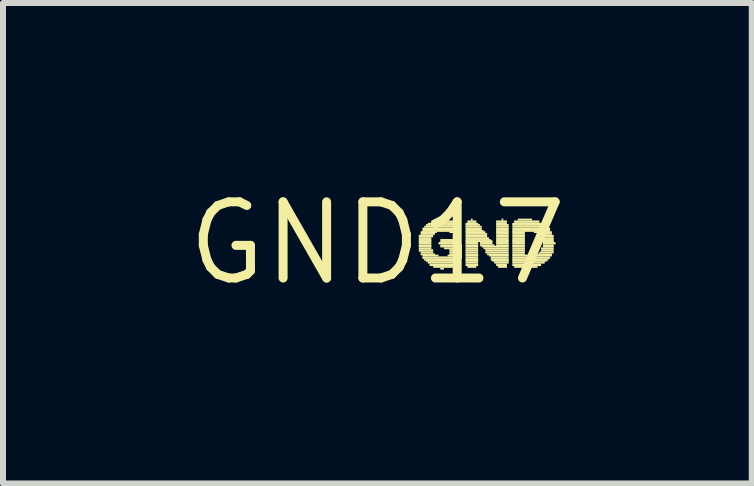
<source format=kicad_pcb>
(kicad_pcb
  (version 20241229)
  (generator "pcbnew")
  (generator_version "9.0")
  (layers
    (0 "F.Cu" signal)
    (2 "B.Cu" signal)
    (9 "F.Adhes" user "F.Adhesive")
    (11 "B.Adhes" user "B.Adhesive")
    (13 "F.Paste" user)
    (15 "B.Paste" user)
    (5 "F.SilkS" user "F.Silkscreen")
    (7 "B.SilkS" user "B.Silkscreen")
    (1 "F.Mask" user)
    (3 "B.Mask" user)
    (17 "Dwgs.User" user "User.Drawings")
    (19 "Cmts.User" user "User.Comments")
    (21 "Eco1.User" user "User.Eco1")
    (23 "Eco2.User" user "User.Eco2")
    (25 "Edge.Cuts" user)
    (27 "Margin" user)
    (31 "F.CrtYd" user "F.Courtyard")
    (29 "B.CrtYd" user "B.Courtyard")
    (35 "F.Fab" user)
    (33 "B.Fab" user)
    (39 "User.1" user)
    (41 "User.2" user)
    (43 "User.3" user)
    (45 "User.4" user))
  (footprint "GND17"
    (layer "F.Cu")
    (at 3.243 1.006)
    (property "Reference" "GND17" (at 0 0 0) (layer "F.SilkS") (effects (font (size 1.27 1.27) (thickness 0.15))))
    (fp_poly (pts (xy 0.69 -0.1) (xy 0.93 -0.1) (xy 0.93 -0.14) (xy 0.69 -0.14)) (stroke (width 0) (type solid)) (fill yes) (layer "F.SilkS"))
    (fp_poly (pts (xy 0.69 -0.07) (xy 0.9 -0.07) (xy 0.9 -0.1) (xy 0.69 -0.1)) (stroke (width 0) (type solid)) (fill yes) (layer "F.SilkS"))
    (fp_poly (pts (xy 0.69 -0.04) (xy 0.9 -0.04) (xy 0.9 -0.07) (xy 0.69 -0.07)) (stroke (width 0) (type solid)) (fill yes) (layer "F.SilkS"))
    (fp_poly (pts (xy 0.69 -0.02) (xy 0.9 -0.02) (xy 0.9 -0.05) (xy 0.69 -0.05)) (stroke (width 0) (type solid)) (fill yes) (layer "F.SilkS"))
    (fp_poly (pts (xy 0.69 0.02) (xy 0.9 0.02) (xy 0.9 -0.02) (xy 0.69 -0.02)) (stroke (width 0) (type solid)) (fill yes) (layer "F.SilkS"))
    (fp_poly (pts (xy 0.69 0.05) (xy 0.9 0.05) (xy 0.9 0.02) (xy 0.69 0.02)) (stroke (width 0) (type solid)) (fill yes) (layer "F.SilkS"))
    (fp_poly (pts (xy 0.69 0.07) (xy 0.9 0.07) (xy 0.9 0.04) (xy 0.69 0.04)) (stroke (width 0) (type solid)) (fill yes) (layer "F.SilkS"))
    (fp_poly (pts (xy 0.69 0.1) (xy 0.9 0.1) (xy 0.9 0.07) (xy 0.69 0.07)) (stroke (width 0) (type solid)) (fill yes) (layer "F.SilkS"))
    (fp_poly (pts (xy 0.69 0.14) (xy 0.93 0.14) (xy 0.93 0.1) (xy 0.69 0.1)) (stroke (width 0) (type solid)) (fill yes) (layer "F.SilkS"))
    (fp_poly (pts (xy 0.72 -0.17) (xy 0.99 -0.17) (xy 0.99 -0.2) (xy 0.72 -0.2)) (stroke (width 0) (type solid)) (fill yes) (layer "F.SilkS"))
    (fp_poly (pts (xy 0.72 -0.14) (xy 0.96 -0.14) (xy 0.96 -0.17) (xy 0.72 -0.17)) (stroke (width 0) (type solid)) (fill yes) (layer "F.SilkS"))
    (fp_poly (pts (xy 0.72 0.17) (xy 0.93 0.17) (xy 0.93 0.14) (xy 0.72 0.14)) (stroke (width 0) (type solid)) (fill yes) (layer "F.SilkS"))
    (fp_poly (pts (xy 0.72 0.2) (xy 0.96 0.2) (xy 0.96 0.17) (xy 0.72 0.17)) (stroke (width 0) (type solid)) (fill yes) (layer "F.SilkS"))
    (fp_poly (pts (xy 0.75 -0.22) (xy 1.35 -0.22) (xy 1.35 -0.26) (xy 0.75 -0.26)) (stroke (width 0) (type solid)) (fill yes) (layer "F.SilkS"))
    (fp_poly (pts (xy 0.75 -0.19) (xy 1.35 -0.19) (xy 1.35 -0.22) (xy 0.75 -0.22)) (stroke (width 0) (type solid)) (fill yes) (layer "F.SilkS"))
    (fp_poly (pts (xy 0.75 0.22) (xy 1.02 0.22) (xy 1.02 0.19) (xy 0.75 0.19)) (stroke (width 0) (type solid)) (fill yes) (layer "F.SilkS"))
    (fp_poly (pts (xy 0.75 0.26) (xy 1.41 0.26) (xy 1.41 0.22) (xy 0.75 0.22)) (stroke (width 0) (type solid)) (fill yes) (layer "F.SilkS"))
    (fp_poly (pts (xy 0.78 -0.26) (xy 1.38 -0.26) (xy 1.38 -0.29) (xy 0.78 -0.29)) (stroke (width 0) (type solid)) (fill yes) (layer "F.SilkS"))
    (fp_poly (pts (xy 0.78 0.29) (xy 1.38 0.29) (xy 1.38 0.26) (xy 0.78 0.26)) (stroke (width 0) (type solid)) (fill yes) (layer "F.SilkS"))
    (fp_poly (pts (xy 0.81 -0.29) (xy 1.35 -0.29) (xy 1.35 -0.32) (xy 0.81 -0.32)) (stroke (width 0) (type solid)) (fill yes) (layer "F.SilkS"))
    (fp_poly (pts (xy 0.81 0.31) (xy 1.38 0.31) (xy 1.38 0.28) (xy 0.81 0.28)) (stroke (width 0) (type solid)) (fill yes) (layer "F.SilkS"))
    (fp_poly (pts (xy 0.84 -0.31) (xy 1.32 -0.31) (xy 1.32 -0.34) (xy 0.84 -0.34)) (stroke (width 0) (type solid)) (fill yes) (layer "F.SilkS"))
    (fp_poly (pts (xy 0.84 0.34) (xy 1.35 0.34) (xy 1.35 0.31) (xy 0.84 0.31)) (stroke (width 0) (type solid)) (fill yes) (layer "F.SilkS"))
    (fp_poly (pts (xy 0.87 0.38) (xy 1.32 0.38) (xy 1.32 0.34) (xy 0.87 0.34)) (stroke (width 0) (type solid)) (fill yes) (layer "F.SilkS"))
    (fp_poly (pts (xy 0.9 -0.34) (xy 1.26 -0.34) (xy 1.26 -0.38) (xy 0.9 -0.38)) (stroke (width 0) (type solid)) (fill yes) (layer "F.SilkS"))
    (fp_poly (pts (xy 0.93 0.41) (xy 1.26 0.41) (xy 1.26 0.38) (xy 0.93 0.38)) (stroke (width 0) (type solid)) (fill yes) (layer "F.SilkS"))
    (fp_poly (pts (xy 0.99 -0.38) (xy 1.2 -0.38) (xy 1.2 -0.41) (xy 0.99 -0.41)) (stroke (width 0) (type solid)) (fill yes) (layer "F.SilkS"))
    (fp_poly (pts (xy 1.02 0.02) (xy 1.38 0.02) (xy 1.38 -0.02) (xy 1.02 -0.02)) (stroke (width 0) (type solid)) (fill yes) (layer "F.SilkS"))
    (fp_poly (pts (xy 1.05 -0.04) (xy 1.38 -0.04) (xy 1.38 -0.07) (xy 1.05 -0.07)) (stroke (width 0) (type solid)) (fill yes) (layer "F.SilkS"))
    (fp_poly (pts (xy 1.05 -0.02) (xy 1.38 -0.02) (xy 1.38 -0.05) (xy 1.05 -0.05)) (stroke (width 0) (type solid)) (fill yes) (layer "F.SilkS"))
    (fp_poly (pts (xy 1.05 0.05) (xy 1.41 0.05) (xy 1.41 0.02) (xy 1.05 0.02)) (stroke (width 0) (type solid)) (fill yes) (layer "F.SilkS"))
    (fp_poly (pts (xy 1.05 0.07) (xy 1.41 0.07) (xy 1.41 0.04) (xy 1.05 0.04)) (stroke (width 0) (type solid)) (fill yes) (layer "F.SilkS"))
    (fp_poly (pts (xy 1.05 0.44) (xy 1.11 0.44) (xy 1.11 0.41) (xy 1.05 0.41)) (stroke (width 0) (type solid)) (fill yes) (layer "F.SilkS"))
    (fp_poly (pts (xy 1.11 0.1) (xy 1.41 0.1) (xy 1.41 0.07) (xy 1.11 0.07)) (stroke (width 0) (type solid)) (fill yes) (layer "F.SilkS"))
    (fp_poly (pts (xy 1.17 0.22) (xy 1.41 0.22) (xy 1.41 0.19) (xy 1.17 0.19)) (stroke (width 0) (type solid)) (fill yes) (layer "F.SilkS"))
    (fp_poly (pts (xy 1.2 -0.17) (xy 1.32 -0.17) (xy 1.32 -0.2) (xy 1.2 -0.2)) (stroke (width 0) (type solid)) (fill yes) (layer "F.SilkS"))
    (fp_poly (pts (xy 1.2 0.14) (xy 1.41 0.14) (xy 1.41 0.1) (xy 1.2 0.1)) (stroke (width 0) (type solid)) (fill yes) (layer "F.SilkS"))
    (fp_poly (pts (xy 1.2 0.17) (xy 1.41 0.17) (xy 1.41 0.14) (xy 1.2 0.14)) (stroke (width 0) (type solid)) (fill yes) (layer "F.SilkS"))
    (fp_poly (pts (xy 1.2 0.2) (xy 1.41 0.2) (xy 1.41 0.17) (xy 1.2 0.17)) (stroke (width 0) (type solid)) (fill yes) (layer "F.SilkS"))
    (fp_poly (pts (xy 1.26 -0.14) (xy 1.29 -0.14) (xy 1.29 -0.17) (xy 1.26 -0.17)) (stroke (width 0) (type solid)) (fill yes) (layer "F.SilkS"))
    (fp_poly (pts (xy 1.47 -0.31) (xy 1.68 -0.31) (xy 1.68 -0.34) (xy 1.47 -0.34)) (stroke (width 0) (type solid)) (fill yes) (layer "F.SilkS"))
    (fp_poly (pts (xy 1.47 -0.29) (xy 1.71 -0.29) (xy 1.71 -0.32) (xy 1.47 -0.32)) (stroke (width 0) (type solid)) (fill yes) (layer "F.SilkS"))
    (fp_poly (pts (xy 1.47 -0.26) (xy 1.74 -0.26) (xy 1.74 -0.29) (xy 1.47 -0.29)) (stroke (width 0) (type solid)) (fill yes) (layer "F.SilkS"))
    (fp_poly (pts (xy 1.47 -0.22) (xy 1.74 -0.22) (xy 1.74 -0.26) (xy 1.47 -0.26)) (stroke (width 0) (type solid)) (fill yes) (layer "F.SilkS"))
    (fp_poly (pts (xy 1.47 -0.19) (xy 1.77 -0.19) (xy 1.77 -0.22) (xy 1.47 -0.22)) (stroke (width 0) (type solid)) (fill yes) (layer "F.SilkS"))
    (fp_poly (pts (xy 1.47 -0.17) (xy 1.8 -0.17) (xy 1.8 -0.2) (xy 1.47 -0.2)) (stroke (width 0) (type solid)) (fill yes) (layer "F.SilkS"))
    (fp_poly (pts (xy 1.47 -0.14) (xy 1.83 -0.14) (xy 1.83 -0.17) (xy 1.47 -0.17)) (stroke (width 0) (type solid)) (fill yes) (layer "F.SilkS"))
    (fp_poly (pts (xy 1.47 -0.1) (xy 1.83 -0.1) (xy 1.83 -0.14) (xy 1.47 -0.14)) (stroke (width 0) (type solid)) (fill yes) (layer "F.SilkS"))
    (fp_poly (pts (xy 1.47 -0.07) (xy 1.86 -0.07) (xy 1.86 -0.1) (xy 1.47 -0.1)) (stroke (width 0) (type solid)) (fill yes) (layer "F.SilkS"))
    (fp_poly (pts (xy 1.47 -0.04) (xy 1.89 -0.04) (xy 1.89 -0.07) (xy 1.47 -0.07)) (stroke (width 0) (type solid)) (fill yes) (layer "F.SilkS"))
    (fp_poly (pts (xy 1.47 -0.02) (xy 1.92 -0.02) (xy 1.92 -0.05) (xy 1.47 -0.05)) (stroke (width 0) (type solid)) (fill yes) (layer "F.SilkS"))
    (fp_poly (pts (xy 1.47 0.02) (xy 1.68 0.02) (xy 1.68 -0.02) (xy 1.47 -0.02)) (stroke (width 0) (type solid)) (fill yes) (layer "F.SilkS"))
    (fp_poly (pts (xy 1.47 0.05) (xy 1.68 0.05) (xy 1.68 0.02) (xy 1.47 0.02)) (stroke (width 0) (type solid)) (fill yes) (layer "F.SilkS"))
    (fp_poly (pts (xy 1.47 0.07) (xy 1.68 0.07) (xy 1.68 0.04) (xy 1.47 0.04)) (stroke (width 0) (type solid)) (fill yes) (layer "F.SilkS"))
    (fp_poly (pts (xy 1.47 0.1) (xy 1.68 0.1) (xy 1.68 0.07) (xy 1.47 0.07)) (stroke (width 0) (type solid)) (fill yes) (layer "F.SilkS"))
    (fp_poly (pts (xy 1.47 0.14) (xy 1.68 0.14) (xy 1.68 0.1) (xy 1.47 0.1)) (stroke (width 0) (type solid)) (fill yes) (layer "F.SilkS"))
    (fp_poly (pts (xy 1.47 0.17) (xy 1.68 0.17) (xy 1.68 0.14) (xy 1.47 0.14)) (stroke (width 0) (type solid)) (fill yes) (layer "F.SilkS"))
    (fp_poly (pts (xy 1.47 0.2) (xy 1.68 0.2) (xy 1.68 0.17) (xy 1.47 0.17)) (stroke (width 0) (type solid)) (fill yes) (layer "F.SilkS"))
    (fp_poly (pts (xy 1.47 0.22) (xy 1.68 0.22) (xy 1.68 0.19) (xy 1.47 0.19)) (stroke (width 0) (type solid)) (fill yes) (layer "F.SilkS"))
    (fp_poly (pts (xy 1.47 0.26) (xy 1.68 0.26) (xy 1.68 0.22) (xy 1.47 0.22)) (stroke (width 0) (type solid)) (fill yes) (layer "F.SilkS"))
    (fp_poly (pts (xy 1.47 0.29) (xy 1.68 0.29) (xy 1.68 0.26) (xy 1.47 0.26)) (stroke (width 0) (type solid)) (fill yes) (layer "F.SilkS"))
    (fp_poly (pts (xy 1.47 0.31) (xy 1.68 0.31) (xy 1.68 0.28) (xy 1.47 0.28)) (stroke (width 0) (type solid)) (fill yes) (layer "F.SilkS"))
    (fp_poly (pts (xy 1.47 0.34) (xy 1.68 0.34) (xy 1.68 0.31) (xy 1.47 0.31)) (stroke (width 0) (type solid)) (fill yes) (layer "F.SilkS"))
    (fp_poly (pts (xy 1.47 0.38) (xy 1.68 0.38) (xy 1.68 0.34) (xy 1.47 0.34)) (stroke (width 0) (type solid)) (fill yes) (layer "F.SilkS"))
    (fp_poly (pts (xy 1.5 -0.34) (xy 1.65 -0.34) (xy 1.65 -0.38) (xy 1.5 -0.38)) (stroke (width 0) (type solid)) (fill yes) (layer "F.SilkS"))
    (fp_poly (pts (xy 1.5 0.41) (xy 1.65 0.41) (xy 1.65 0.38) (xy 1.5 0.38)) (stroke (width 0) (type solid)) (fill yes) (layer "F.SilkS"))
    (fp_poly (pts (xy 1.56 -0.38) (xy 1.59 -0.38) (xy 1.59 -0.41) (xy 1.56 -0.41)) (stroke (width 0) (type solid)) (fill yes) (layer "F.SilkS"))
    (fp_poly (pts (xy 1.71 0.02) (xy 1.92 0.02) (xy 1.92 -0.02) (xy 1.71 -0.02)) (stroke (width 0) (type solid)) (fill yes) (layer "F.SilkS"))
    (fp_poly (pts (xy 1.71 0.05) (xy 1.95 0.05) (xy 1.95 0.02) (xy 1.71 0.02)) (stroke (width 0) (type solid)) (fill yes) (layer "F.SilkS"))
    (fp_poly (pts (xy 1.74 0.07) (xy 2.19 0.07) (xy 2.19 0.04) (xy 1.74 0.04)) (stroke (width 0) (type solid)) (fill yes) (layer "F.SilkS"))
    (fp_poly (pts (xy 1.77 0.1) (xy 2.19 0.1) (xy 2.19 0.07) (xy 1.77 0.07)) (stroke (width 0) (type solid)) (fill yes) (layer "F.SilkS"))
    (fp_poly (pts (xy 1.8 0.14) (xy 2.19 0.14) (xy 2.19 0.1) (xy 1.8 0.1)) (stroke (width 0) (type solid)) (fill yes) (layer "F.SilkS"))
    (fp_poly (pts (xy 1.8 0.17) (xy 2.19 0.17) (xy 2.19 0.14) (xy 1.8 0.14)) (stroke (width 0) (type solid)) (fill yes) (layer "F.SilkS"))
    (fp_poly (pts (xy 1.83 0.2) (xy 2.19 0.2) (xy 2.19 0.17) (xy 1.83 0.17)) (stroke (width 0) (type solid)) (fill yes) (layer "F.SilkS"))
    (fp_poly (pts (xy 1.86 0.22) (xy 2.19 0.22) (xy 2.19 0.19) (xy 1.86 0.19)) (stroke (width 0) (type solid)) (fill yes) (layer "F.SilkS"))
    (fp_poly (pts (xy 1.89 0.26) (xy 2.19 0.26) (xy 2.19 0.22) (xy 1.89 0.22)) (stroke (width 0) (type solid)) (fill yes) (layer "F.SilkS"))
    (fp_poly (pts (xy 1.89 0.29) (xy 2.19 0.29) (xy 2.19 0.26) (xy 1.89 0.26)) (stroke (width 0) (type solid)) (fill yes) (layer "F.SilkS"))
    (fp_poly (pts (xy 1.92 0.31) (xy 2.19 0.31) (xy 2.19 0.28) (xy 1.92 0.28)) (stroke (width 0) (type solid)) (fill yes) (layer "F.SilkS"))
    (fp_poly (pts (xy 1.95 0.34) (xy 2.19 0.34) (xy 2.19 0.31) (xy 1.95 0.31)) (stroke (width 0) (type solid)) (fill yes) (layer "F.SilkS"))
    (fp_poly (pts (xy 1.98 -0.34) (xy 2.16 -0.34) (xy 2.16 -0.38) (xy 1.98 -0.38)) (stroke (width 0) (type solid)) (fill yes) (layer "F.SilkS"))
    (fp_poly (pts (xy 1.98 -0.31) (xy 2.16 -0.31) (xy 2.16 -0.34) (xy 1.98 -0.34)) (stroke (width 0) (type solid)) (fill yes) (layer "F.SilkS"))
    (fp_poly (pts (xy 1.98 -0.29) (xy 2.19 -0.29) (xy 2.19 -0.32) (xy 1.98 -0.32)) (stroke (width 0) (type solid)) (fill yes) (layer "F.SilkS"))
    (fp_poly (pts (xy 1.98 -0.26) (xy 2.19 -0.26) (xy 2.19 -0.29) (xy 1.98 -0.29)) (stroke (width 0) (type solid)) (fill yes) (layer "F.SilkS"))
    (fp_poly (pts (xy 1.98 -0.22) (xy 2.19 -0.22) (xy 2.19 -0.26) (xy 1.98 -0.26)) (stroke (width 0) (type solid)) (fill yes) (layer "F.SilkS"))
    (fp_poly (pts (xy 1.98 -0.19) (xy 2.19 -0.19) (xy 2.19 -0.22) (xy 1.98 -0.22)) (stroke (width 0) (type solid)) (fill yes) (layer "F.SilkS"))
    (fp_poly (pts (xy 1.98 -0.17) (xy 2.19 -0.17) (xy 2.19 -0.2) (xy 1.98 -0.2)) (stroke (width 0) (type solid)) (fill yes) (layer "F.SilkS"))
    (fp_poly (pts (xy 1.98 -0.14) (xy 2.19 -0.14) (xy 2.19 -0.17) (xy 1.98 -0.17)) (stroke (width 0) (type solid)) (fill yes) (layer "F.SilkS"))
    (fp_poly (pts (xy 1.98 -0.1) (xy 2.19 -0.1) (xy 2.19 -0.14) (xy 1.98 -0.14)) (stroke (width 0) (type solid)) (fill yes) (layer "F.SilkS"))
    (fp_poly (pts (xy 1.98 -0.07) (xy 2.19 -0.07) (xy 2.19 -0.1) (xy 1.98 -0.1)) (stroke (width 0) (type solid)) (fill yes) (layer "F.SilkS"))
    (fp_poly (pts (xy 1.98 -0.04) (xy 2.19 -0.04) (xy 2.19 -0.07) (xy 1.98 -0.07)) (stroke (width 0) (type solid)) (fill yes) (layer "F.SilkS"))
    (fp_poly (pts (xy 1.98 -0.02) (xy 2.19 -0.02) (xy 2.19 -0.05) (xy 1.98 -0.05)) (stroke (width 0) (type solid)) (fill yes) (layer "F.SilkS"))
    (fp_poly (pts (xy 1.98 0.02) (xy 2.19 0.02) (xy 2.19 -0.02) (xy 1.98 -0.02)) (stroke (width 0) (type solid)) (fill yes) (layer "F.SilkS"))
    (fp_poly (pts (xy 1.98 0.05) (xy 2.19 0.05) (xy 2.19 0.02) (xy 1.98 0.02)) (stroke (width 0) (type solid)) (fill yes) (layer "F.SilkS"))
    (fp_poly (pts (xy 1.98 0.38) (xy 2.16 0.38) (xy 2.16 0.34) (xy 1.98 0.34)) (stroke (width 0) (type solid)) (fill yes) (layer "F.SilkS"))
    (fp_poly (pts (xy 2.01 0.41) (xy 2.16 0.41) (xy 2.16 0.38) (xy 2.01 0.38)) (stroke (width 0) (type solid)) (fill yes) (layer "F.SilkS"))
    (fp_poly (pts (xy 2.07 -0.38) (xy 2.1 -0.38) (xy 2.1 -0.41) (xy 2.07 -0.41)) (stroke (width 0) (type solid)) (fill yes) (layer "F.SilkS"))
    (fp_poly (pts (xy 2.25 -0.31) (xy 2.76 -0.31) (xy 2.76 -0.34) (xy 2.25 -0.34)) (stroke (width 0) (type solid)) (fill yes) (layer "F.SilkS"))
    (fp_poly (pts (xy 2.25 -0.29) (xy 2.82 -0.29) (xy 2.82 -0.32) (xy 2.25 -0.32)) (stroke (width 0) (type solid)) (fill yes) (layer "F.SilkS"))
    (fp_poly (pts (xy 2.25 -0.26) (xy 2.85 -0.26) (xy 2.85 -0.29) (xy 2.25 -0.29)) (stroke (width 0) (type solid)) (fill yes) (layer "F.SilkS"))
    (fp_poly (pts (xy 2.25 -0.22) (xy 2.88 -0.22) (xy 2.88 -0.26) (xy 2.25 -0.26)) (stroke (width 0) (type solid)) (fill yes) (layer "F.SilkS"))
    (fp_poly (pts (xy 2.25 -0.19) (xy 2.88 -0.19) (xy 2.88 -0.22) (xy 2.25 -0.22)) (stroke (width 0) (type solid)) (fill yes) (layer "F.SilkS"))
    (fp_poly (pts (xy 2.25 -0.17) (xy 2.46 -0.17) (xy 2.46 -0.2) (xy 2.25 -0.2)) (stroke (width 0) (type solid)) (fill yes) (layer "F.SilkS"))
    (fp_poly (pts (xy 2.25 -0.14) (xy 2.46 -0.14) (xy 2.46 -0.17) (xy 2.25 -0.17)) (stroke (width 0) (type solid)) (fill yes) (layer "F.SilkS"))
    (fp_poly (pts (xy 2.25 -0.1) (xy 2.46 -0.1) (xy 2.46 -0.14) (xy 2.25 -0.14)) (stroke (width 0) (type solid)) (fill yes) (layer "F.SilkS"))
    (fp_poly (pts (xy 2.25 -0.07) (xy 2.46 -0.07) (xy 2.46 -0.1) (xy 2.25 -0.1)) (stroke (width 0) (type solid)) (fill yes) (layer "F.SilkS"))
    (fp_poly (pts (xy 2.25 -0.04) (xy 2.46 -0.04) (xy 2.46 -0.07) (xy 2.25 -0.07)) (stroke (width 0) (type solid)) (fill yes) (layer "F.SilkS"))
    (fp_poly (pts (xy 2.25 -0.02) (xy 2.46 -0.02) (xy 2.46 -0.05) (xy 2.25 -0.05)) (stroke (width 0) (type solid)) (fill yes) (layer "F.SilkS"))
    (fp_poly (pts (xy 2.25 0.02) (xy 2.46 0.02) (xy 2.46 -0.02) (xy 2.25 -0.02)) (stroke (width 0) (type solid)) (fill yes) (layer "F.SilkS"))
    (fp_poly (pts (xy 2.25 0.05) (xy 2.46 0.05) (xy 2.46 0.02) (xy 2.25 0.02)) (stroke (width 0) (type solid)) (fill yes) (layer "F.SilkS"))
    (fp_poly (pts (xy 2.25 0.07) (xy 2.46 0.07) (xy 2.46 0.04) (xy 2.25 0.04)) (stroke (width 0) (type solid)) (fill yes) (layer "F.SilkS"))
    (fp_poly (pts (xy 2.25 0.1) (xy 2.46 0.1) (xy 2.46 0.07) (xy 2.25 0.07)) (stroke (width 0) (type solid)) (fill yes) (layer "F.SilkS"))
    (fp_poly (pts (xy 2.25 0.14) (xy 2.46 0.14) (xy 2.46 0.1) (xy 2.25 0.1)) (stroke (width 0) (type solid)) (fill yes) (layer "F.SilkS"))
    (fp_poly (pts (xy 2.25 0.17) (xy 2.46 0.17) (xy 2.46 0.14) (xy 2.25 0.14)) (stroke (width 0) (type solid)) (fill yes) (layer "F.SilkS"))
    (fp_poly (pts (xy 2.25 0.2) (xy 2.46 0.2) (xy 2.46 0.17) (xy 2.25 0.17)) (stroke (width 0) (type solid)) (fill yes) (layer "F.SilkS"))
    (fp_poly (pts (xy 2.25 0.22) (xy 2.91 0.22) (xy 2.91 0.19) (xy 2.25 0.19)) (stroke (width 0) (type solid)) (fill yes) (layer "F.SilkS"))
    (fp_poly (pts (xy 2.25 0.26) (xy 2.88 0.26) (xy 2.88 0.22) (xy 2.25 0.22)) (stroke (width 0) (type solid)) (fill yes) (layer "F.SilkS"))
    (fp_poly (pts (xy 2.25 0.29) (xy 2.85 0.29) (xy 2.85 0.26) (xy 2.25 0.26)) (stroke (width 0) (type solid)) (fill yes) (layer "F.SilkS"))
    (fp_poly (pts (xy 2.25 0.31) (xy 2.82 0.31) (xy 2.82 0.28) (xy 2.25 0.28)) (stroke (width 0) (type solid)) (fill yes) (layer "F.SilkS"))
    (fp_poly (pts (xy 2.25 0.34) (xy 2.79 0.34) (xy 2.79 0.31) (xy 2.25 0.31)) (stroke (width 0) (type solid)) (fill yes) (layer "F.SilkS"))
    (fp_poly (pts (xy 2.25 0.38) (xy 2.73 0.38) (xy 2.73 0.34) (xy 2.25 0.34)) (stroke (width 0) (type solid)) (fill yes) (layer "F.SilkS"))
    (fp_poly (pts (xy 2.28 -0.34) (xy 2.7 -0.34) (xy 2.7 -0.38) (xy 2.28 -0.38)) (stroke (width 0) (type solid)) (fill yes) (layer "F.SilkS"))
    (fp_poly (pts (xy 2.28 0.41) (xy 2.67 0.41) (xy 2.67 0.38) (xy 2.28 0.38)) (stroke (width 0) (type solid)) (fill yes) (layer "F.SilkS"))
    (fp_poly (pts (xy 2.34 -0.38) (xy 2.58 -0.38) (xy 2.58 -0.41) (xy 2.34 -0.41)) (stroke (width 0) (type solid)) (fill yes) (layer "F.SilkS"))
    (fp_poly (pts (xy 2.61 -0.17) (xy 2.91 -0.17) (xy 2.91 -0.2) (xy 2.61 -0.2)) (stroke (width 0) (type solid)) (fill yes) (layer "F.SilkS"))
    (fp_poly (pts (xy 2.67 -0.14) (xy 2.91 -0.14) (xy 2.91 -0.17) (xy 2.67 -0.17)) (stroke (width 0) (type solid)) (fill yes) (layer "F.SilkS"))
    (fp_poly (pts (xy 2.67 0.2) (xy 2.91 0.2) (xy 2.91 0.17) (xy 2.67 0.17)) (stroke (width 0) (type solid)) (fill yes) (layer "F.SilkS"))
    (fp_poly (pts (xy 2.7 -0.1) (xy 2.94 -0.1) (xy 2.94 -0.14) (xy 2.7 -0.14)) (stroke (width 0) (type solid)) (fill yes) (layer "F.SilkS"))
    (fp_poly (pts (xy 2.7 0.17) (xy 2.94 0.17) (xy 2.94 0.14) (xy 2.7 0.14)) (stroke (width 0) (type solid)) (fill yes) (layer "F.SilkS"))
    (fp_poly (pts (xy 2.73 -0.07) (xy 2.94 -0.07) (xy 2.94 -0.1) (xy 2.73 -0.1)) (stroke (width 0) (type solid)) (fill yes) (layer "F.SilkS"))
    (fp_poly (pts (xy 2.73 -0.04) (xy 2.94 -0.04) (xy 2.94 -0.07) (xy 2.73 -0.07)) (stroke (width 0) (type solid)) (fill yes) (layer "F.SilkS"))
    (fp_poly (pts (xy 2.73 0.1) (xy 2.94 0.1) (xy 2.94 0.07) (xy 2.73 0.07)) (stroke (width 0) (type solid)) (fill yes) (layer "F.SilkS"))
    (fp_poly (pts (xy 2.73 0.14) (xy 2.94 0.14) (xy 2.94 0.1) (xy 2.73 0.1)) (stroke (width 0) (type solid)) (fill yes) (layer "F.SilkS"))
    (fp_poly (pts (xy 2.76 -0.02) (xy 2.94 -0.02) (xy 2.94 -0.05) (xy 2.76 -0.05)) (stroke (width 0) (type solid)) (fill yes) (layer "F.SilkS"))
    (fp_poly (pts (xy 2.76 0.02) (xy 2.97 0.02) (xy 2.97 -0.02) (xy 2.76 -0.02)) (stroke (width 0) (type solid)) (fill yes) (layer "F.SilkS"))
    (fp_poly (pts (xy 2.76 0.05) (xy 2.94 0.05) (xy 2.94 0.02) (xy 2.76 0.02)) (stroke (width 0) (type solid)) (fill yes) (layer "F.SilkS"))
    (fp_poly (pts (xy 2.76 0.07) (xy 2.94 0.07) (xy 2.94 0.04) (xy 2.76 0.04)) (stroke (width 0) (type solid)) (fill yes) (layer "F.SilkS")))
  (gr_rect
    (start -3 -3)
    (end 9.486 5.012)
    (stroke (width 0.1) (type default))
    (fill no)
    (layer "Edge.Cuts")))
</source>
